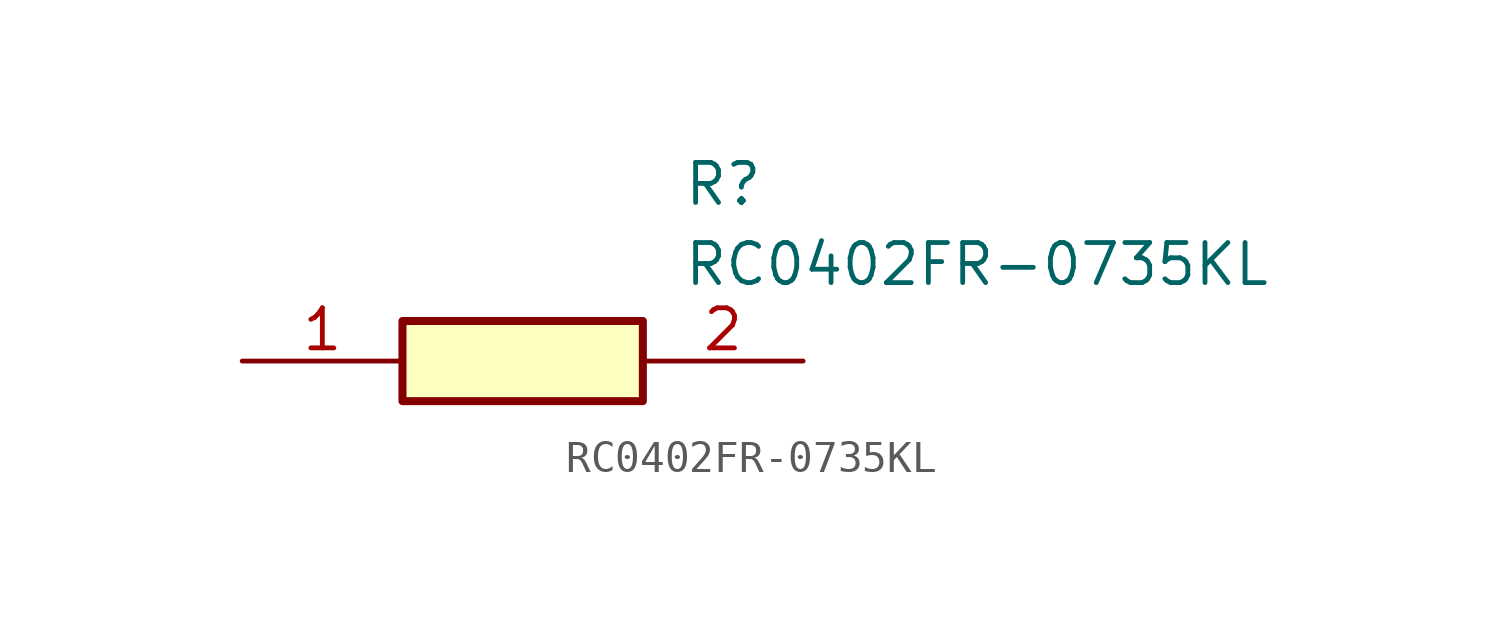
<source format=kicad_sym>
(kicad_symbol_lib
  (version 20211014)
  (generator SamacSys_ECAD_Model)
  (symbol "RC0402FR-0735KL"
    (pin_names hide)
    (property "Reference" "R"
      (at 13.97 6.35 0)
      (effects (font (size 1.27 1.27)) (justify left top)))
    (property "Value" "RC0402FR-0735KL"
      (at 13.97 3.81 0)
      (effects (font (size 1.27 1.27)) (justify left top)))
    (rectangle
      (start 5.08 1.27)
      (end 12.7 -1.27)
      (stroke (width 0.254) (type default))
      (fill (type background)))
    (pin passive line
      (at 0 0 0)
      (length 5.08)
      (name "1" (effects (font (size 1.27 1.27))))
      (number "1" (effects (font (size 1.27 1.27)))))
    (pin passive line
      (at 17.78 0 180)
      (length 5.08)
      (name "2" (effects (font (size 1.27 1.27))))
      (number "2" (effects (font (size 1.27 1.27)))))))
</source>
